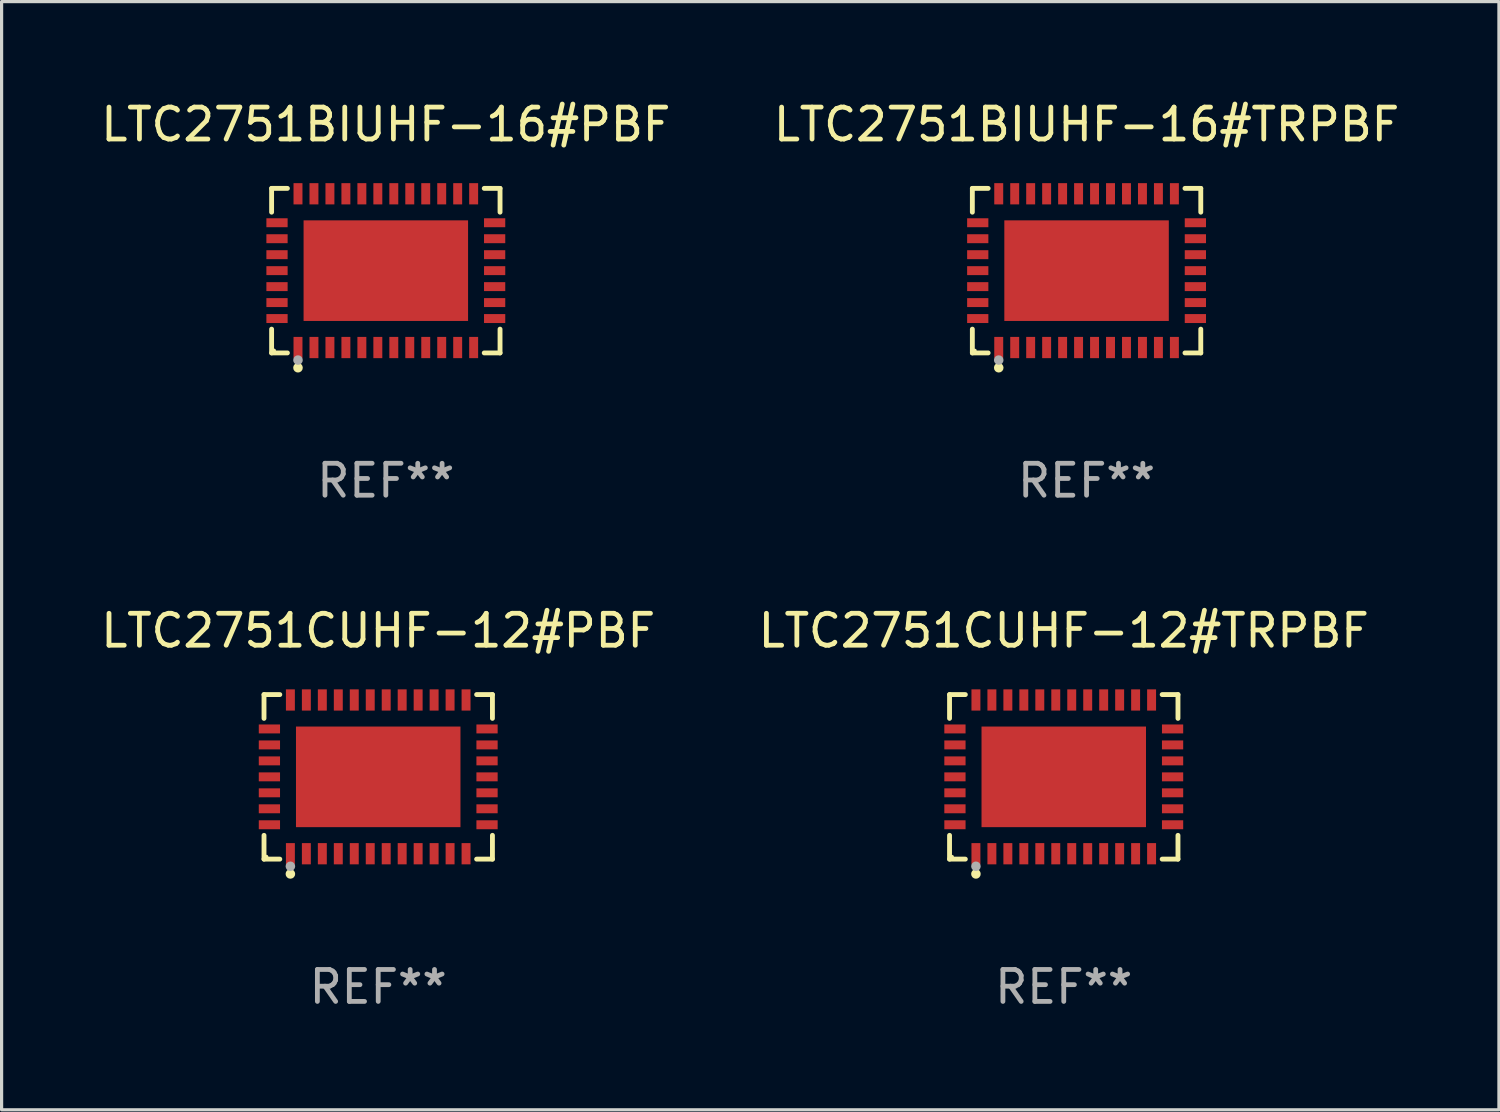
<source format=kicad_pcb>
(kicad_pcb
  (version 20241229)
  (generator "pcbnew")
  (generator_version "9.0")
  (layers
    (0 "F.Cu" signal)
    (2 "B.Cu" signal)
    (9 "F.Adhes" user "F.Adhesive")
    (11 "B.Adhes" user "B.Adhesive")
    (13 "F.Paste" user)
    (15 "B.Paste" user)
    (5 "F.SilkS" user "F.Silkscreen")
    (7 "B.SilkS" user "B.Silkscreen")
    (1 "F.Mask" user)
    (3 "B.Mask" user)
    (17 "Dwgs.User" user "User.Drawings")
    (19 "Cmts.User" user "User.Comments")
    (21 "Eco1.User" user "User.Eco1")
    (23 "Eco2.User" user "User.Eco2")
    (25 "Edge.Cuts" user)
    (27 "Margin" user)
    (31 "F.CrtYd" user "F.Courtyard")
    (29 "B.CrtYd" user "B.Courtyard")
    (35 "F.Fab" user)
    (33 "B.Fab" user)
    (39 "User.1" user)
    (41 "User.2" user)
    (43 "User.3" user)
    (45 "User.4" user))
  (footprint "LTC2751CUHF-12#PBF"
    (layer "F.Cu")
    (at 8.792 21.273)
    (property "Reference" "LTC2751CUHF-12#PBF" (at 0 -4.576 0) (layer "F.SilkS") (effects (font (size 1 1) (thickness 0.15))))
    (attr through_hole)
    (fp_line (start -3.576 -2.576) (end -3.081 -2.576) (stroke (width 0.152) (type solid)) (layer "F.SilkS"))
    (fp_line (start -3.576 -1.831) (end -3.576 -2.576) (stroke (width 0.152) (type solid)) (layer "F.SilkS"))
    (fp_line (start -3.576 1.831) (end -3.576 2.576) (stroke (width 0.152) (type solid)) (layer "F.SilkS"))
    (fp_line (start -3.576 2.576) (end -3.081 2.576) (stroke (width 0.152) (type solid)) (layer "F.SilkS"))
    (fp_line (start 3.576 -2.576) (end 3.081 -2.576) (stroke (width 0.152) (type solid)) (layer "F.SilkS"))
    (fp_line (start 3.576 -1.831) (end 3.576 -2.576) (stroke (width 0.152) (type solid)) (layer "F.SilkS"))
    (fp_line (start 3.576 1.831) (end 3.576 2.576) (stroke (width 0.152) (type solid)) (layer "F.SilkS"))
    (fp_line (start 3.576 2.576) (end 3.081 2.576) (stroke (width 0.152) (type solid)) (layer "F.SilkS"))
    (fp_circle (center -3.5 2.5) (end -3.47 2.5) (stroke (width 0.06) (type solid)) (fill no) (layer "F.SilkS"))
    (fp_circle (center -2.75 3.04) (end -2.675 3.04) (stroke (width 0.15) (type solid)) (fill no) (layer "F.SilkS"))
    (fp_circle (center -2.75 2.8) (end -2.675 2.8) (stroke (width 0.15) (type solid)) (fill no) (layer "F.Fab"))
    (fp_text user "REF**" (at 0 6.576 0) (layer "F.Fab") (effects (font (size 1 1) (thickness 0.15))))
    (pad "1" smd rect (at -2.75 2.407) (size 0.28 0.665) (layers "F.Cu" "F.Mask" "F.Paste"))
    (pad "2" smd rect (at -2.25 2.407) (size 0.28 0.665) (layers "F.Cu" "F.Mask" "F.Paste"))
    (pad "3" smd rect (at -1.75 2.407) (size 0.28 0.665) (layers "F.Cu" "F.Mask" "F.Paste"))
    (pad "4" smd rect (at -1.25 2.407) (size 0.28 0.665) (layers "F.Cu" "F.Mask" "F.Paste"))
    (pad "5" smd rect (at -0.75 2.407) (size 0.28 0.665) (layers "F.Cu" "F.Mask" "F.Paste"))
    (pad "6" smd rect (at -0.25 2.407) (size 0.28 0.665) (layers "F.Cu" "F.Mask" "F.Paste"))
    (pad "7" smd rect (at 0.25 2.407) (size 0.28 0.665) (layers "F.Cu" "F.Mask" "F.Paste"))
    (pad "8" smd rect (at 0.75 2.407) (size 0.28 0.665) (layers "F.Cu" "F.Mask" "F.Paste"))
    (pad "9" smd rect (at 1.25 2.407) (size 0.28 0.665) (layers "F.Cu" "F.Mask" "F.Paste"))
    (pad "10" smd rect (at 1.75 2.407) (size 0.28 0.665) (layers "F.Cu" "F.Mask" "F.Paste"))
    (pad "11" smd rect (at 2.25 2.407) (size 0.28 0.665) (layers "F.Cu" "F.Mask" "F.Paste"))
    (pad "12" smd rect (at 2.75 2.407) (size 0.28 0.665) (layers "F.Cu" "F.Mask" "F.Paste"))
    (pad "13" smd rect (at 3.407 1.5) (size 0.665 0.28) (layers "F.Cu" "F.Mask" "F.Paste"))
    (pad "14" smd rect (at 3.407 1) (size 0.665 0.28) (layers "F.Cu" "F.Mask" "F.Paste"))
    (pad "15" smd rect (at 3.407 0.5) (size 0.665 0.28) (layers "F.Cu" "F.Mask" "F.Paste"))
    (pad "16" smd rect (at 3.407 0) (size 0.665 0.28) (layers "F.Cu" "F.Mask" "F.Paste"))
    (pad "17" smd rect (at 3.407 -0.5) (size 0.665 0.28) (layers "F.Cu" "F.Mask" "F.Paste"))
    (pad "18" smd rect (at 3.407 -1) (size 0.665 0.28) (layers "F.Cu" "F.Mask" "F.Paste"))
    (pad "19" smd rect (at 3.407 -1.5) (size 0.665 0.28) (layers "F.Cu" "F.Mask" "F.Paste"))
    (pad "20" smd rect (at 2.75 -2.407) (size 0.28 0.665) (layers "F.Cu" "F.Mask" "F.Paste"))
    (pad "21" smd rect (at 2.25 -2.407) (size 0.28 0.665) (layers "F.Cu" "F.Mask" "F.Paste"))
    (pad "22" smd rect (at 1.75 -2.407) (size 0.28 0.665) (layers "F.Cu" "F.Mask" "F.Paste"))
    (pad "23" smd rect (at 1.25 -2.407) (size 0.28 0.665) (layers "F.Cu" "F.Mask" "F.Paste"))
    (pad "24" smd rect (at 0.75 -2.407) (size 0.28 0.665) (layers "F.Cu" "F.Mask" "F.Paste"))
    (pad "25" smd rect (at 0.25 -2.407) (size 0.28 0.665) (layers "F.Cu" "F.Mask" "F.Paste"))
    (pad "26" smd rect (at -0.25 -2.407) (size 0.28 0.665) (layers "F.Cu" "F.Mask" "F.Paste"))
    (pad "27" smd rect (at -0.75 -2.407) (size 0.28 0.665) (layers "F.Cu" "F.Mask" "F.Paste"))
    (pad "28" smd rect (at -1.25 -2.407) (size 0.28 0.665) (layers "F.Cu" "F.Mask" "F.Paste"))
    (pad "29" smd rect (at -1.75 -2.407) (size 0.28 0.665) (layers "F.Cu" "F.Mask" "F.Paste"))
    (pad "30" smd rect (at -2.25 -2.407) (size 0.28 0.665) (layers "F.Cu" "F.Mask" "F.Paste"))
    (pad "31" smd rect (at -2.75 -2.407) (size 0.28 0.665) (layers "F.Cu" "F.Mask" "F.Paste"))
    (pad "32" smd rect (at -3.407 -1.5) (size 0.665 0.28) (layers "F.Cu" "F.Mask" "F.Paste"))
    (pad "33" smd rect (at -3.407 -1) (size 0.665 0.28) (layers "F.Cu" "F.Mask" "F.Paste"))
    (pad "34" smd rect (at -3.407 -0.5) (size 0.665 0.28) (layers "F.Cu" "F.Mask" "F.Paste"))
    (pad "35" smd rect (at -3.407 0) (size 0.665 0.28) (layers "F.Cu" "F.Mask" "F.Paste"))
    (pad "36" smd rect (at -3.407 0.5) (size 0.665 0.28) (layers "F.Cu" "F.Mask" "F.Paste"))
    (pad "37" smd rect (at -3.407 1) (size 0.665 0.28) (layers "F.Cu" "F.Mask" "F.Paste"))
    (pad "38" smd rect (at -3.407 1.5) (size 0.665 0.28) (layers "F.Cu" "F.Mask" "F.Paste"))
    (pad "39" smd rect (at 0 0) (size 5.15 3.15) (layers "F.Cu" "F.Mask" "F.Paste")))
  (footprint "LTC2751CUHF-12#TRPBF"
    (layer "F.Cu")
    (at 30.256 21.273)
    (property "Reference" "LTC2751CUHF-12#TRPBF" (at 0 -4.576 0) (layer "F.SilkS") (effects (font (size 1 1) (thickness 0.15))))
    (attr through_hole)
    (fp_line (start -3.576 -2.576) (end -3.081 -2.576) (stroke (width 0.152) (type solid)) (layer "F.SilkS"))
    (fp_line (start -3.576 -1.831) (end -3.576 -2.576) (stroke (width 0.152) (type solid)) (layer "F.SilkS"))
    (fp_line (start -3.576 1.831) (end -3.576 2.576) (stroke (width 0.152) (type solid)) (layer "F.SilkS"))
    (fp_line (start -3.576 2.576) (end -3.081 2.576) (stroke (width 0.152) (type solid)) (layer "F.SilkS"))
    (fp_line (start 3.576 -2.576) (end 3.081 -2.576) (stroke (width 0.152) (type solid)) (layer "F.SilkS"))
    (fp_line (start 3.576 -1.831) (end 3.576 -2.576) (stroke (width 0.152) (type solid)) (layer "F.SilkS"))
    (fp_line (start 3.576 1.831) (end 3.576 2.576) (stroke (width 0.152) (type solid)) (layer "F.SilkS"))
    (fp_line (start 3.576 2.576) (end 3.081 2.576) (stroke (width 0.152) (type solid)) (layer "F.SilkS"))
    (fp_circle (center -3.5 2.5) (end -3.47 2.5) (stroke (width 0.06) (type solid)) (fill no) (layer "F.SilkS"))
    (fp_circle (center -2.75 3.04) (end -2.675 3.04) (stroke (width 0.15) (type solid)) (fill no) (layer "F.SilkS"))
    (fp_circle (center -2.75 2.8) (end -2.675 2.8) (stroke (width 0.15) (type solid)) (fill no) (layer "F.Fab"))
    (fp_text user "REF**" (at 0 6.576 0) (layer "F.Fab") (effects (font (size 1 1) (thickness 0.15))))
    (pad "1" smd rect (at -2.75 2.407) (size 0.28 0.665) (layers "F.Cu" "F.Mask" "F.Paste"))
    (pad "2" smd rect (at -2.25 2.407) (size 0.28 0.665) (layers "F.Cu" "F.Mask" "F.Paste"))
    (pad "3" smd rect (at -1.75 2.407) (size 0.28 0.665) (layers "F.Cu" "F.Mask" "F.Paste"))
    (pad "4" smd rect (at -1.25 2.407) (size 0.28 0.665) (layers "F.Cu" "F.Mask" "F.Paste"))
    (pad "5" smd rect (at -0.75 2.407) (size 0.28 0.665) (layers "F.Cu" "F.Mask" "F.Paste"))
    (pad "6" smd rect (at -0.25 2.407) (size 0.28 0.665) (layers "F.Cu" "F.Mask" "F.Paste"))
    (pad "7" smd rect (at 0.25 2.407) (size 0.28 0.665) (layers "F.Cu" "F.Mask" "F.Paste"))
    (pad "8" smd rect (at 0.75 2.407) (size 0.28 0.665) (layers "F.Cu" "F.Mask" "F.Paste"))
    (pad "9" smd rect (at 1.25 2.407) (size 0.28 0.665) (layers "F.Cu" "F.Mask" "F.Paste"))
    (pad "10" smd rect (at 1.75 2.407) (size 0.28 0.665) (layers "F.Cu" "F.Mask" "F.Paste"))
    (pad "11" smd rect (at 2.25 2.407) (size 0.28 0.665) (layers "F.Cu" "F.Mask" "F.Paste"))
    (pad "12" smd rect (at 2.75 2.407) (size 0.28 0.665) (layers "F.Cu" "F.Mask" "F.Paste"))
    (pad "13" smd rect (at 3.407 1.5) (size 0.665 0.28) (layers "F.Cu" "F.Mask" "F.Paste"))
    (pad "14" smd rect (at 3.407 1) (size 0.665 0.28) (layers "F.Cu" "F.Mask" "F.Paste"))
    (pad "15" smd rect (at 3.407 0.5) (size 0.665 0.28) (layers "F.Cu" "F.Mask" "F.Paste"))
    (pad "16" smd rect (at 3.407 0) (size 0.665 0.28) (layers "F.Cu" "F.Mask" "F.Paste"))
    (pad "17" smd rect (at 3.407 -0.5) (size 0.665 0.28) (layers "F.Cu" "F.Mask" "F.Paste"))
    (pad "18" smd rect (at 3.407 -1) (size 0.665 0.28) (layers "F.Cu" "F.Mask" "F.Paste"))
    (pad "19" smd rect (at 3.407 -1.5) (size 0.665 0.28) (layers "F.Cu" "F.Mask" "F.Paste"))
    (pad "20" smd rect (at 2.75 -2.407) (size 0.28 0.665) (layers "F.Cu" "F.Mask" "F.Paste"))
    (pad "21" smd rect (at 2.25 -2.407) (size 0.28 0.665) (layers "F.Cu" "F.Mask" "F.Paste"))
    (pad "22" smd rect (at 1.75 -2.407) (size 0.28 0.665) (layers "F.Cu" "F.Mask" "F.Paste"))
    (pad "23" smd rect (at 1.25 -2.407) (size 0.28 0.665) (layers "F.Cu" "F.Mask" "F.Paste"))
    (pad "24" smd rect (at 0.75 -2.407) (size 0.28 0.665) (layers "F.Cu" "F.Mask" "F.Paste"))
    (pad "25" smd rect (at 0.25 -2.407) (size 0.28 0.665) (layers "F.Cu" "F.Mask" "F.Paste"))
    (pad "26" smd rect (at -0.25 -2.407) (size 0.28 0.665) (layers "F.Cu" "F.Mask" "F.Paste"))
    (pad "27" smd rect (at -0.75 -2.407) (size 0.28 0.665) (layers "F.Cu" "F.Mask" "F.Paste"))
    (pad "28" smd rect (at -1.25 -2.407) (size 0.28 0.665) (layers "F.Cu" "F.Mask" "F.Paste"))
    (pad "29" smd rect (at -1.75 -2.407) (size 0.28 0.665) (layers "F.Cu" "F.Mask" "F.Paste"))
    (pad "30" smd rect (at -2.25 -2.407) (size 0.28 0.665) (layers "F.Cu" "F.Mask" "F.Paste"))
    (pad "31" smd rect (at -2.75 -2.407) (size 0.28 0.665) (layers "F.Cu" "F.Mask" "F.Paste"))
    (pad "32" smd rect (at -3.407 -1.5) (size 0.665 0.28) (layers "F.Cu" "F.Mask" "F.Paste"))
    (pad "33" smd rect (at -3.407 -1) (size 0.665 0.28) (layers "F.Cu" "F.Mask" "F.Paste"))
    (pad "34" smd rect (at -3.407 -0.5) (size 0.665 0.28) (layers "F.Cu" "F.Mask" "F.Paste"))
    (pad "35" smd rect (at -3.407 0) (size 0.665 0.28) (layers "F.Cu" "F.Mask" "F.Paste"))
    (pad "36" smd rect (at -3.407 0.5) (size 0.665 0.28) (layers "F.Cu" "F.Mask" "F.Paste"))
    (pad "37" smd rect (at -3.407 1) (size 0.665 0.28) (layers "F.Cu" "F.Mask" "F.Paste"))
    (pad "38" smd rect (at -3.407 1.5) (size 0.665 0.28) (layers "F.Cu" "F.Mask" "F.Paste"))
    (pad "39" smd rect (at 0 0) (size 5.15 3.15) (layers "F.Cu" "F.Mask" "F.Paste")))
  (footprint "LTC2751BIUHF-16#PBF"
    (layer "F.Cu")
    (at 9.03 5.424)
    (property "Reference" "LTC2751BIUHF-16#PBF" (at 0 -4.576 0) (layer "F.SilkS") (effects (font (size 1 1) (thickness 0.15))))
    (attr through_hole)
    (fp_line (start -3.576 -2.576) (end -3.081 -2.576) (stroke (width 0.152) (type solid)) (layer "F.SilkS"))
    (fp_line (start -3.576 -1.831) (end -3.576 -2.576) (stroke (width 0.152) (type solid)) (layer "F.SilkS"))
    (fp_line (start -3.576 1.831) (end -3.576 2.576) (stroke (width 0.152) (type solid)) (layer "F.SilkS"))
    (fp_line (start -3.576 2.576) (end -3.081 2.576) (stroke (width 0.152) (type solid)) (layer "F.SilkS"))
    (fp_line (start 3.576 -2.576) (end 3.081 -2.576) (stroke (width 0.152) (type solid)) (layer "F.SilkS"))
    (fp_line (start 3.576 -1.831) (end 3.576 -2.576) (stroke (width 0.152) (type solid)) (layer "F.SilkS"))
    (fp_line (start 3.576 1.831) (end 3.576 2.576) (stroke (width 0.152) (type solid)) (layer "F.SilkS"))
    (fp_line (start 3.576 2.576) (end 3.081 2.576) (stroke (width 0.152) (type solid)) (layer "F.SilkS"))
    (fp_circle (center -3.5 2.5) (end -3.47 2.5) (stroke (width 0.06) (type solid)) (fill no) (layer "F.SilkS"))
    (fp_circle (center -2.75 3.04) (end -2.675 3.04) (stroke (width 0.15) (type solid)) (fill no) (layer "F.SilkS"))
    (fp_circle (center -2.75 2.8) (end -2.675 2.8) (stroke (width 0.15) (type solid)) (fill no) (layer "F.Fab"))
    (fp_text user "REF**" (at 0 6.576 0) (layer "F.Fab") (effects (font (size 1 1) (thickness 0.15))))
    (pad "1" smd rect (at -2.75 2.407) (size 0.28 0.665) (layers "F.Cu" "F.Mask" "F.Paste"))
    (pad "2" smd rect (at -2.25 2.407) (size 0.28 0.665) (layers "F.Cu" "F.Mask" "F.Paste"))
    (pad "3" smd rect (at -1.75 2.407) (size 0.28 0.665) (layers "F.Cu" "F.Mask" "F.Paste"))
    (pad "4" smd rect (at -1.25 2.407) (size 0.28 0.665) (layers "F.Cu" "F.Mask" "F.Paste"))
    (pad "5" smd rect (at -0.75 2.407) (size 0.28 0.665) (layers "F.Cu" "F.Mask" "F.Paste"))
    (pad "6" smd rect (at -0.25 2.407) (size 0.28 0.665) (layers "F.Cu" "F.Mask" "F.Paste"))
    (pad "7" smd rect (at 0.25 2.407) (size 0.28 0.665) (layers "F.Cu" "F.Mask" "F.Paste"))
    (pad "8" smd rect (at 0.75 2.407) (size 0.28 0.665) (layers "F.Cu" "F.Mask" "F.Paste"))
    (pad "9" smd rect (at 1.25 2.407) (size 0.28 0.665) (layers "F.Cu" "F.Mask" "F.Paste"))
    (pad "10" smd rect (at 1.75 2.407) (size 0.28 0.665) (layers "F.Cu" "F.Mask" "F.Paste"))
    (pad "11" smd rect (at 2.25 2.407) (size 0.28 0.665) (layers "F.Cu" "F.Mask" "F.Paste"))
    (pad "12" smd rect (at 2.75 2.407) (size 0.28 0.665) (layers "F.Cu" "F.Mask" "F.Paste"))
    (pad "13" smd rect (at 3.407 1.5) (size 0.665 0.28) (layers "F.Cu" "F.Mask" "F.Paste"))
    (pad "14" smd rect (at 3.407 1) (size 0.665 0.28) (layers "F.Cu" "F.Mask" "F.Paste"))
    (pad "15" smd rect (at 3.407 0.5) (size 0.665 0.28) (layers "F.Cu" "F.Mask" "F.Paste"))
    (pad "16" smd rect (at 3.407 0) (size 0.665 0.28) (layers "F.Cu" "F.Mask" "F.Paste"))
    (pad "17" smd rect (at 3.407 -0.5) (size 0.665 0.28) (layers "F.Cu" "F.Mask" "F.Paste"))
    (pad "18" smd rect (at 3.407 -1) (size 0.665 0.28) (layers "F.Cu" "F.Mask" "F.Paste"))
    (pad "19" smd rect (at 3.407 -1.5) (size 0.665 0.28) (layers "F.Cu" "F.Mask" "F.Paste"))
    (pad "20" smd rect (at 2.75 -2.407) (size 0.28 0.665) (layers "F.Cu" "F.Mask" "F.Paste"))
    (pad "21" smd rect (at 2.25 -2.407) (size 0.28 0.665) (layers "F.Cu" "F.Mask" "F.Paste"))
    (pad "22" smd rect (at 1.75 -2.407) (size 0.28 0.665) (layers "F.Cu" "F.Mask" "F.Paste"))
    (pad "23" smd rect (at 1.25 -2.407) (size 0.28 0.665) (layers "F.Cu" "F.Mask" "F.Paste"))
    (pad "24" smd rect (at 0.75 -2.407) (size 0.28 0.665) (layers "F.Cu" "F.Mask" "F.Paste"))
    (pad "25" smd rect (at 0.25 -2.407) (size 0.28 0.665) (layers "F.Cu" "F.Mask" "F.Paste"))
    (pad "26" smd rect (at -0.25 -2.407) (size 0.28 0.665) (layers "F.Cu" "F.Mask" "F.Paste"))
    (pad "27" smd rect (at -0.75 -2.407) (size 0.28 0.665) (layers "F.Cu" "F.Mask" "F.Paste"))
    (pad "28" smd rect (at -1.25 -2.407) (size 0.28 0.665) (layers "F.Cu" "F.Mask" "F.Paste"))
    (pad "29" smd rect (at -1.75 -2.407) (size 0.28 0.665) (layers "F.Cu" "F.Mask" "F.Paste"))
    (pad "30" smd rect (at -2.25 -2.407) (size 0.28 0.665) (layers "F.Cu" "F.Mask" "F.Paste"))
    (pad "31" smd rect (at -2.75 -2.407) (size 0.28 0.665) (layers "F.Cu" "F.Mask" "F.Paste"))
    (pad "32" smd rect (at -3.407 -1.5) (size 0.665 0.28) (layers "F.Cu" "F.Mask" "F.Paste"))
    (pad "33" smd rect (at -3.407 -1) (size 0.665 0.28) (layers "F.Cu" "F.Mask" "F.Paste"))
    (pad "34" smd rect (at -3.407 -0.5) (size 0.665 0.28) (layers "F.Cu" "F.Mask" "F.Paste"))
    (pad "35" smd rect (at -3.407 0) (size 0.665 0.28) (layers "F.Cu" "F.Mask" "F.Paste"))
    (pad "36" smd rect (at -3.407 0.5) (size 0.665 0.28) (layers "F.Cu" "F.Mask" "F.Paste"))
    (pad "37" smd rect (at -3.407 1) (size 0.665 0.28) (layers "F.Cu" "F.Mask" "F.Paste"))
    (pad "38" smd rect (at -3.407 1.5) (size 0.665 0.28) (layers "F.Cu" "F.Mask" "F.Paste"))
    (pad "39" smd rect (at 0 0) (size 5.15 3.15) (layers "F.Cu" "F.Mask" "F.Paste")))
  (footprint "LTC2751BIUHF-16#TRPBF"
    (layer "F.Cu")
    (at 30.97 5.424)
    (property "Reference" "LTC2751BIUHF-16#TRPBF" (at 0 -4.576 0) (layer "F.SilkS") (effects (font (size 1 1) (thickness 0.15))))
    (attr through_hole)
    (fp_line (start -3.576 -2.576) (end -3.081 -2.576) (stroke (width 0.152) (type solid)) (layer "F.SilkS"))
    (fp_line (start -3.576 -1.831) (end -3.576 -2.576) (stroke (width 0.152) (type solid)) (layer "F.SilkS"))
    (fp_line (start -3.576 1.831) (end -3.576 2.576) (stroke (width 0.152) (type solid)) (layer "F.SilkS"))
    (fp_line (start -3.576 2.576) (end -3.081 2.576) (stroke (width 0.152) (type solid)) (layer "F.SilkS"))
    (fp_line (start 3.576 -2.576) (end 3.081 -2.576) (stroke (width 0.152) (type solid)) (layer "F.SilkS"))
    (fp_line (start 3.576 -1.831) (end 3.576 -2.576) (stroke (width 0.152) (type solid)) (layer "F.SilkS"))
    (fp_line (start 3.576 1.831) (end 3.576 2.576) (stroke (width 0.152) (type solid)) (layer "F.SilkS"))
    (fp_line (start 3.576 2.576) (end 3.081 2.576) (stroke (width 0.152) (type solid)) (layer "F.SilkS"))
    (fp_circle (center -3.5 2.5) (end -3.47 2.5) (stroke (width 0.06) (type solid)) (fill no) (layer "F.SilkS"))
    (fp_circle (center -2.75 3.04) (end -2.675 3.04) (stroke (width 0.15) (type solid)) (fill no) (layer "F.SilkS"))
    (fp_circle (center -2.75 2.8) (end -2.675 2.8) (stroke (width 0.15) (type solid)) (fill no) (layer "F.Fab"))
    (fp_text user "REF**" (at 0 6.576 0) (layer "F.Fab") (effects (font (size 1 1) (thickness 0.15))))
    (pad "1" smd rect (at -2.75 2.407) (size 0.28 0.665) (layers "F.Cu" "F.Mask" "F.Paste"))
    (pad "2" smd rect (at -2.25 2.407) (size 0.28 0.665) (layers "F.Cu" "F.Mask" "F.Paste"))
    (pad "3" smd rect (at -1.75 2.407) (size 0.28 0.665) (layers "F.Cu" "F.Mask" "F.Paste"))
    (pad "4" smd rect (at -1.25 2.407) (size 0.28 0.665) (layers "F.Cu" "F.Mask" "F.Paste"))
    (pad "5" smd rect (at -0.75 2.407) (size 0.28 0.665) (layers "F.Cu" "F.Mask" "F.Paste"))
    (pad "6" smd rect (at -0.25 2.407) (size 0.28 0.665) (layers "F.Cu" "F.Mask" "F.Paste"))
    (pad "7" smd rect (at 0.25 2.407) (size 0.28 0.665) (layers "F.Cu" "F.Mask" "F.Paste"))
    (pad "8" smd rect (at 0.75 2.407) (size 0.28 0.665) (layers "F.Cu" "F.Mask" "F.Paste"))
    (pad "9" smd rect (at 1.25 2.407) (size 0.28 0.665) (layers "F.Cu" "F.Mask" "F.Paste"))
    (pad "10" smd rect (at 1.75 2.407) (size 0.28 0.665) (layers "F.Cu" "F.Mask" "F.Paste"))
    (pad "11" smd rect (at 2.25 2.407) (size 0.28 0.665) (layers "F.Cu" "F.Mask" "F.Paste"))
    (pad "12" smd rect (at 2.75 2.407) (size 0.28 0.665) (layers "F.Cu" "F.Mask" "F.Paste"))
    (pad "13" smd rect (at 3.407 1.5) (size 0.665 0.28) (layers "F.Cu" "F.Mask" "F.Paste"))
    (pad "14" smd rect (at 3.407 1) (size 0.665 0.28) (layers "F.Cu" "F.Mask" "F.Paste"))
    (pad "15" smd rect (at 3.407 0.5) (size 0.665 0.28) (layers "F.Cu" "F.Mask" "F.Paste"))
    (pad "16" smd rect (at 3.407 0) (size 0.665 0.28) (layers "F.Cu" "F.Mask" "F.Paste"))
    (pad "17" smd rect (at 3.407 -0.5) (size 0.665 0.28) (layers "F.Cu" "F.Mask" "F.Paste"))
    (pad "18" smd rect (at 3.407 -1) (size 0.665 0.28) (layers "F.Cu" "F.Mask" "F.Paste"))
    (pad "19" smd rect (at 3.407 -1.5) (size 0.665 0.28) (layers "F.Cu" "F.Mask" "F.Paste"))
    (pad "20" smd rect (at 2.75 -2.407) (size 0.28 0.665) (layers "F.Cu" "F.Mask" "F.Paste"))
    (pad "21" smd rect (at 2.25 -2.407) (size 0.28 0.665) (layers "F.Cu" "F.Mask" "F.Paste"))
    (pad "22" smd rect (at 1.75 -2.407) (size 0.28 0.665) (layers "F.Cu" "F.Mask" "F.Paste"))
    (pad "23" smd rect (at 1.25 -2.407) (size 0.28 0.665) (layers "F.Cu" "F.Mask" "F.Paste"))
    (pad "24" smd rect (at 0.75 -2.407) (size 0.28 0.665) (layers "F.Cu" "F.Mask" "F.Paste"))
    (pad "25" smd rect (at 0.25 -2.407) (size 0.28 0.665) (layers "F.Cu" "F.Mask" "F.Paste"))
    (pad "26" smd rect (at -0.25 -2.407) (size 0.28 0.665) (layers "F.Cu" "F.Mask" "F.Paste"))
    (pad "27" smd rect (at -0.75 -2.407) (size 0.28 0.665) (layers "F.Cu" "F.Mask" "F.Paste"))
    (pad "28" smd rect (at -1.25 -2.407) (size 0.28 0.665) (layers "F.Cu" "F.Mask" "F.Paste"))
    (pad "29" smd rect (at -1.75 -2.407) (size 0.28 0.665) (layers "F.Cu" "F.Mask" "F.Paste"))
    (pad "30" smd rect (at -2.25 -2.407) (size 0.28 0.665) (layers "F.Cu" "F.Mask" "F.Paste"))
    (pad "31" smd rect (at -2.75 -2.407) (size 0.28 0.665) (layers "F.Cu" "F.Mask" "F.Paste"))
    (pad "32" smd rect (at -3.407 -1.5) (size 0.665 0.28) (layers "F.Cu" "F.Mask" "F.Paste"))
    (pad "33" smd rect (at -3.407 -1) (size 0.665 0.28) (layers "F.Cu" "F.Mask" "F.Paste"))
    (pad "34" smd rect (at -3.407 -0.5) (size 0.665 0.28) (layers "F.Cu" "F.Mask" "F.Paste"))
    (pad "35" smd rect (at -3.407 0) (size 0.665 0.28) (layers "F.Cu" "F.Mask" "F.Paste"))
    (pad "36" smd rect (at -3.407 0.5) (size 0.665 0.28) (layers "F.Cu" "F.Mask" "F.Paste"))
    (pad "37" smd rect (at -3.407 1) (size 0.665 0.28) (layers "F.Cu" "F.Mask" "F.Paste"))
    (pad "38" smd rect (at -3.407 1.5) (size 0.665 0.28) (layers "F.Cu" "F.Mask" "F.Paste"))
    (pad "39" smd rect (at 0 0) (size 5.15 3.15) (layers "F.Cu" "F.Mask" "F.Paste")))
  (gr_rect
    (start -3 -3)
    (end 43.881 31.698)
    (stroke (width 0.1) (type default))
    (fill no)
    (layer "Edge.Cuts")))
</source>
